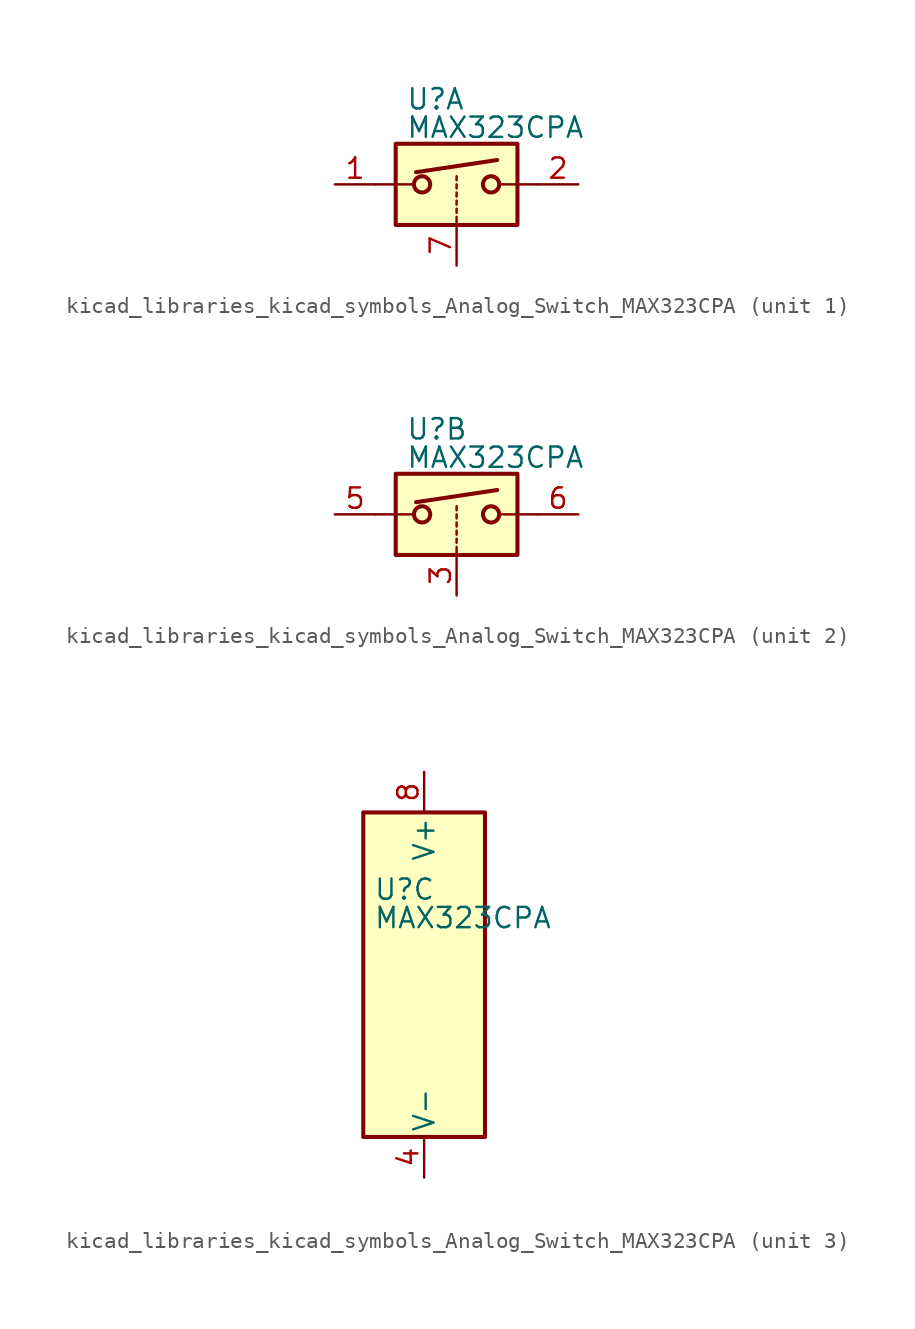
<source format=kicad_sym>
(kicad_symbol_lib
  (version 20220914)
  (generator kicad_symbol_editor)
  (symbol "kicad_libraries_kicad_symbols_Analog_Switch_MAX323CPA"
    (pin_names
      (offset 0.254))
    (property "Reference" "U"
      (at -3.175 5.334 0)
      (effects (font (size 1.27 1.27)) (justify left)))
    (property "Value" "MAX323CPA"
      (at -3.175 3.556 0)
      (effects (font (size 1.27 1.27)) (justify left)))
    (symbol "kicad_libraries_kicad_symbols_Analog_Switch_MAX323CPA_1_1"
      (rectangle (start -3.81 2.54) (end 3.81 -2.54) (stroke (width 0.254) (type default)) (fill (type background)))
      (circle (center -2.159 0) (radius 0.508) (stroke (width 0.254) (type default)) (fill (type none)))
      (polyline (pts (xy -5.08 0) (xy -2.794 0)) (stroke (width 0) (type default)) (fill (type none)))
      (polyline (pts (xy -2.54 0.762) (xy 2.54 1.524)) (stroke (width 0.254) (type default)) (fill (type none)))
      (polyline (pts (xy 0 -2.54) (xy 0 -2.032)) (stroke (width 0) (type default)) (fill (type none)))
      (polyline (pts (xy 0 -1.778) (xy 0 -1.524)) (stroke (width 0) (type default)) (fill (type none)))
      (polyline (pts (xy 0 -1.27) (xy 0 -1.016)) (stroke (width 0) (type default)) (fill (type none)))
      (polyline (pts (xy 0 -0.762) (xy 0 -0.508)) (stroke (width 0) (type default)) (fill (type none)))
      (polyline (pts (xy 0 -0.254) (xy 0 0)) (stroke (width 0) (type default)) (fill (type none)))
      (polyline (pts (xy 0 0.254) (xy 0 0.508)) (stroke (width 0) (type default)) (fill (type none)))
      (polyline (pts (xy 5.08 0) (xy 2.794 0)) (stroke (width 0) (type default)) (fill (type none)))
      (circle (center 2.159 0) (radius 0.508) (stroke (width 0.254) (type default)) (fill (type none)))
      (pin passive line (at -7.62 0 0) (length 2.54) (name "~" (effects (font (size 1.27 1.27)))) (number "1" (effects (font (size 1.27 1.27)))))
      (pin passive line (at 7.62 0 180) (length 2.54) (name "~" (effects (font (size 1.27 1.27)))) (number "2" (effects (font (size 1.27 1.27)))))
      (pin input line (at 0 -5.08 90) (length 2.54) (name "~" (effects (font (size 1.27 1.27)))) (number "7" (effects (font (size 1.27 1.27))))))
    (symbol "kicad_libraries_kicad_symbols_Analog_Switch_MAX323CPA_2_1"
      (rectangle (start -3.81 2.54) (end 3.81 -2.54) (stroke (width 0.254) (type default)) (fill (type background)))
      (circle (center -2.159 0) (radius 0.508) (stroke (width 0.254) (type default)) (fill (type none)))
      (polyline (pts (xy -5.08 0) (xy -2.794 0)) (stroke (width 0) (type default)) (fill (type none)))
      (polyline (pts (xy -2.54 0.762) (xy 2.54 1.524)) (stroke (width 0.254) (type default)) (fill (type none)))
      (polyline (pts (xy 0 -2.54) (xy 0 -2.032)) (stroke (width 0) (type default)) (fill (type none)))
      (polyline (pts (xy 0 -1.778) (xy 0 -1.524)) (stroke (width 0) (type default)) (fill (type none)))
      (polyline (pts (xy 0 -1.27) (xy 0 -1.016)) (stroke (width 0) (type default)) (fill (type none)))
      (polyline (pts (xy 0 -0.762) (xy 0 -0.508)) (stroke (width 0) (type default)) (fill (type none)))
      (polyline (pts (xy 0 -0.254) (xy 0 0)) (stroke (width 0) (type default)) (fill (type none)))
      (polyline (pts (xy 0 0.254) (xy 0 0.508)) (stroke (width 0) (type default)) (fill (type none)))
      (polyline (pts (xy 5.08 0) (xy 2.794 0)) (stroke (width 0) (type default)) (fill (type none)))
      (circle (center 2.159 0) (radius 0.508) (stroke (width 0.254) (type default)) (fill (type none)))
      (pin input line (at 0 -5.08 90) (length 2.54) (name "~" (effects (font (size 1.27 1.27)))) (number "3" (effects (font (size 1.27 1.27)))))
      (pin passive line (at -7.62 0 0) (length 2.54) (name "~" (effects (font (size 1.27 1.27)))) (number "5" (effects (font (size 1.27 1.27)))))
      (pin passive line (at 7.62 0 180) (length 2.54) (name "~" (effects (font (size 1.27 1.27)))) (number "6" (effects (font (size 1.27 1.27))))))
    (symbol "kicad_libraries_kicad_symbols_Analog_Switch_MAX323CPA_3_0"
      (pin power_in line (at 0 -12.7 90) (length 2.54) (name "V-" (effects (font (size 1.27 1.27)))) (number "4" (effects (font (size 1.27 1.27)))))
      (pin power_in line (at 0 12.7 270) (length 2.54) (name "V+" (effects (font (size 1.27 1.27)))) (number "8" (effects (font (size 1.27 1.27))))))
    (symbol "kicad_libraries_kicad_symbols_Analog_Switch_MAX323CPA_3_1"
      (rectangle (start -3.81 10.16) (end 3.81 -10.16) (stroke (width 0.254) (type default)) (fill (type background))))))
</source>
